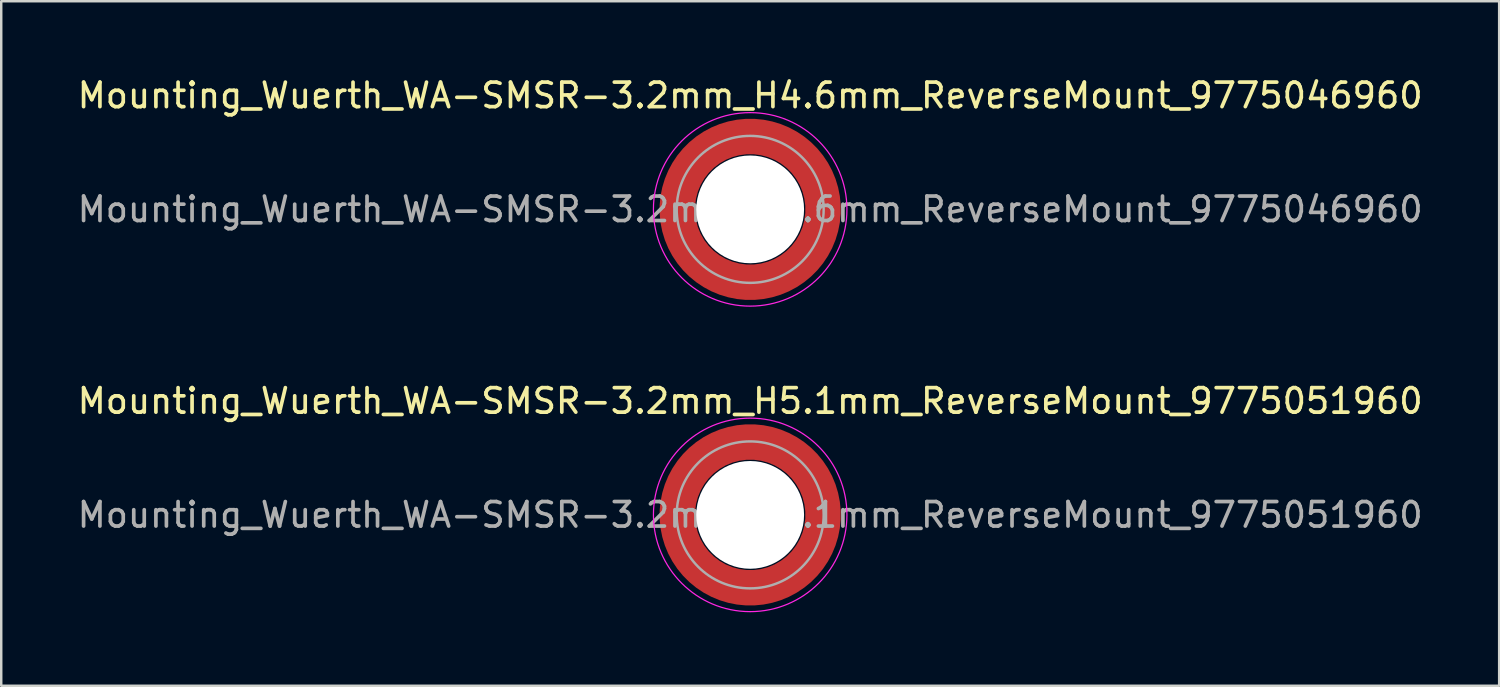
<source format=kicad_pcb>
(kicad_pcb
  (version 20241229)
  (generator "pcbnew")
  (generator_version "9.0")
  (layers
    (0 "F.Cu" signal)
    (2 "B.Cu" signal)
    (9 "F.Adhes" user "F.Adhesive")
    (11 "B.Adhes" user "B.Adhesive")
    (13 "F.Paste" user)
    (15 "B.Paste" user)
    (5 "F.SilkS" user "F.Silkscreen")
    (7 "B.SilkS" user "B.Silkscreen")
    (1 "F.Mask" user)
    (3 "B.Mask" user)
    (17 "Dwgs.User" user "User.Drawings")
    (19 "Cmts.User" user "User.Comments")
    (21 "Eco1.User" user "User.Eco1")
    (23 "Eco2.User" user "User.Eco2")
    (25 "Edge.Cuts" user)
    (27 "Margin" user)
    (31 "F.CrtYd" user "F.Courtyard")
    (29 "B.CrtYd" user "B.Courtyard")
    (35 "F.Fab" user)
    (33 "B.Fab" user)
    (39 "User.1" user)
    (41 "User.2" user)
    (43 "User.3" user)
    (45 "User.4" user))
  (footprint "Mounting_Wuerth_WA-SMSR-3.2mm_H5.1mm_ReverseMount_9775051960"
    (layer "F.Cu")
    (at 27.577 17.971)
    (property "Reference" "Mounting_Wuerth_WA-SMSR-3.2mm_H5.1mm_ReverseMount_9775051960" (at 0 -4.65 0) (layer "F.SilkS") (effects (font (size 1 1) (thickness 0.15))))
    (attr smd)
    (fp_circle (center 0 0) (end 3.95 0) (stroke (width 0.05) (type solid)) (fill no) (layer "F.CrtYd"))
    (fp_circle (center 0 0) (end 3 0) (stroke (width 0.1) (type solid)) (fill no) (layer "F.Fab"))
    (fp_text user "${REFERENCE}" (at 0 0 0) (layer "F.Fab") (effects (font (size 1 1) (thickness 0.15))))
    (pad "" smd custom (at -2.095 -2.095) (size 0.945 0.945) (layers "F.Paste") (options (anchor circle)) (primitives (gr_arc (start -0.24231 1.594804) (mid 0.404104 0.405534) (end 1.592827 -0.241886) (width 0.2)) (gr_arc (start -0.3398 1.594804) (mid 0.335987 0.338711) (end 1.591031 -0.339022) (width 0.2)) (gr_arc (start -0.437132 1.594804) (mid 0.268952 0.270807) (end 1.592231 -0.436623) (width 0.2)) (gr_arc (start -0.534324 1.594804) (mid 0.201345 0.203474) (end 1.591846 -0.53376) (width 0.2)) (gr_arc (start -0.631391 1.594804) (mid 0.134696 0.135183) (end 1.594126 -0.631267) (width 0.2)) (gr_arc (start -0.728345 1.594804) (mid 0.067234 0.067705) (end 1.594149 -0.728229) (width 0.2)) (gr_arc (start -0.825197 1.594804) (mid -0.001218 0.001219) (end 1.591408 -0.824614) (width 0.2)) (gr_arc (start -0.921958 1.594804) (mid -0.068952 -0.065985) (end 1.590665 -0.921269) (width 0.2)) (gr_arc (start -1.018637 1.594804) (mid -0.135972 -0.133907) (end 1.59192 -1.018172) (width 0.2)) (gr_arc (start -1.115239 1.594804) (mid -0.20428 -0.200537) (end 1.589574 -1.11442) (width 0.2)) (gr_arc (start -1.211773 1.594804) (mid -0.26993 -0.269828) (end 1.594662 -1.211751) (width 0.2)) (gr_arc (start -1.308244 1.594804) (mid -0.33911 -0.335587) (end 1.589875 -1.307516) (width 0.2)) (gr_arc (start -1.404657 1.594804) (mid -0.405633 -0.404004) (end 1.592524 -1.404331) (width 0.2)) (gr_arc (start -1.404657 1.594804) (mid -0.405633 -0.404004) (end 1.592524 -1.404331) (width 0.2)) (gr_line (start 1.595 -0.242) (end 1.595 -1.405) (width 0.2)) (gr_line (start -0.242 1.595) (end -1.405 1.595) (width 0.2))))
    (pad "" smd custom (at -2.095 2.095) (size 0.945 0.945) (layers "F.Paste") (options (anchor circle)) (primitives (gr_arc (start 1.594804 0.24231) (mid 0.405534 -0.404104) (end -0.241886 -1.592827) (width 0.2)) (gr_arc (start 1.594804 0.3398) (mid 0.338711 -0.335987) (end -0.339022 -1.591031) (width 0.2)) (gr_arc (start 1.594804 0.437132) (mid 0.270807 -0.268952) (end -0.436623 -1.592231) (width 0.2)) (gr_arc (start 1.594804 0.534324) (mid 0.203474 -0.201345) (end -0.53376 -1.591846) (width 0.2)) (gr_arc (start 1.594804 0.631391) (mid 0.135183 -0.134696) (end -0.631267 -1.594126) (width 0.2)) (gr_arc (start 1.594804 0.728345) (mid 0.067705 -0.067234) (end -0.728229 -1.594149) (width 0.2)) (gr_arc (start 1.594804 0.825197) (mid 0.001219 0.001218) (end -0.824614 -1.591408) (width 0.2)) (gr_arc (start 1.594804 0.921958) (mid -0.065985 0.068952) (end -0.921269 -1.590665) (width 0.2)) (gr_arc (start 1.594804 1.018637) (mid -0.133907 0.135972) (end -1.018172 -1.59192) (width 0.2)) (gr_arc (start 1.594804 1.115239) (mid -0.200537 0.20428) (end -1.11442 -1.589574) (width 0.2)) (gr_arc (start 1.594804 1.211773) (mid -0.269828 0.26993) (end -1.211751 -1.594662) (width 0.2)) (gr_arc (start 1.594804 1.308244) (mid -0.335587 0.33911) (end -1.307516 -1.589875) (width 0.2)) (gr_arc (start 1.594804 1.404657) (mid -0.404004 0.405633) (end -1.404331 -1.592524) (width 0.2)) (gr_arc (start 1.594804 1.404657) (mid -0.404004 0.405633) (end -1.404331 -1.592524) (width 0.2)) (gr_line (start -0.242 -1.595) (end -1.405 -1.595) (width 0.2)) (gr_line (start 1.595 0.242) (end 1.595 1.405) (width 0.2))))
    (pad "" np_thru_hole circle (at 0 0) (size 4.4 4.4) (drill 4.4) (layers "*.Cu" "*.Mask"))
    (pad "" smd custom (at 2.095 -2.095) (size 0.945 0.945) (layers "F.Paste") (options (anchor circle)) (primitives (gr_arc (start -1.594804 -0.24231) (mid -0.405534 0.404104) (end 0.241886 1.592827) (width 0.2)) (gr_arc (start -1.594804 -0.3398) (mid -0.338711 0.335987) (end 0.339022 1.591031) (width 0.2)) (gr_arc (start -1.594804 -0.437132) (mid -0.270807 0.268952) (end 0.436623 1.592231) (width 0.2)) (gr_arc (start -1.594804 -0.534324) (mid -0.203474 0.201345) (end 0.53376 1.591846) (width 0.2)) (gr_arc (start -1.594804 -0.631391) (mid -0.135183 0.134696) (end 0.631267 1.594126) (width 0.2)) (gr_arc (start -1.594804 -0.728345) (mid -0.067705 0.067234) (end 0.728229 1.594149) (width 0.2)) (gr_arc (start -1.594804 -0.825197) (mid -0.001219 -0.001218) (end 0.824614 1.591408) (width 0.2)) (gr_arc (start -1.594804 -0.921958) (mid 0.065985 -0.068952) (end 0.921269 1.590665) (width 0.2)) (gr_arc (start -1.594804 -1.018637) (mid 0.133907 -0.135972) (end 1.018172 1.59192) (width 0.2)) (gr_arc (start -1.594804 -1.115239) (mid 0.200537 -0.20428) (end 1.11442 1.589574) (width 0.2)) (gr_arc (start -1.594804 -1.211773) (mid 0.269828 -0.26993) (end 1.211751 1.594662) (width 0.2)) (gr_arc (start -1.594804 -1.308244) (mid 0.335587 -0.33911) (end 1.307516 1.589875) (width 0.2)) (gr_arc (start -1.594804 -1.404657) (mid 0.404004 -0.405633) (end 1.404331 1.592524) (width 0.2)) (gr_arc (start -1.594804 -1.404657) (mid 0.404004 -0.405633) (end 1.404331 1.592524) (width 0.2)) (gr_line (start 0.242 1.595) (end 1.405 1.595) (width 0.2)) (gr_line (start -1.595 -0.242) (end -1.595 -1.405) (width 0.2))))
    (pad "" smd custom (at 2.095 2.095) (size 0.945 0.945) (layers "F.Paste") (options (anchor circle)) (primitives (gr_arc (start 0.24231 -1.594804) (mid -0.404104 -0.405534) (end -1.592827 0.241886) (width 0.2)) (gr_arc (start 0.3398 -1.594804) (mid -0.335987 -0.338711) (end -1.591031 0.339022) (width 0.2)) (gr_arc (start 0.437132 -1.594804) (mid -0.268952 -0.270807) (end -1.592231 0.436623) (width 0.2)) (gr_arc (start 0.534324 -1.594804) (mid -0.201345 -0.203474) (end -1.591846 0.53376) (width 0.2)) (gr_arc (start 0.631391 -1.594804) (mid -0.134696 -0.135183) (end -1.594126 0.631267) (width 0.2)) (gr_arc (start 0.728345 -1.594804) (mid -0.067234 -0.067705) (end -1.594149 0.728229) (width 0.2)) (gr_arc (start 0.825197 -1.594804) (mid 0.001218 -0.001219) (end -1.591408 0.824614) (width 0.2)) (gr_arc (start 0.921958 -1.594804) (mid 0.068952 0.065985) (end -1.590665 0.921269) (width 0.2)) (gr_arc (start 1.018637 -1.594804) (mid 0.135972 0.133907) (end -1.59192 1.018172) (width 0.2)) (gr_arc (start 1.115239 -1.594804) (mid 0.20428 0.200537) (end -1.589574 1.11442) (width 0.2)) (gr_arc (start 1.211773 -1.594804) (mid 0.26993 0.269828) (end -1.594662 1.211751) (width 0.2)) (gr_arc (start 1.308244 -1.594804) (mid 0.33911 0.335587) (end -1.589875 1.307516) (width 0.2)) (gr_arc (start 1.404657 -1.594804) (mid 0.405633 0.404004) (end -1.592524 1.404331) (width 0.2)) (gr_arc (start 1.404657 -1.594804) (mid 0.405633 0.404004) (end -1.592524 1.404331) (width 0.2)) (gr_line (start -1.595 0.242) (end -1.595 1.405) (width 0.2)) (gr_line (start 0.242 -1.595) (end 1.405 -1.595) (width 0.2))))
    (pad "1" smd circle (at -2.975 0) (size 1.05 1.05) (layers "F.Cu"))
    (pad "1" smd circle (at 0 -2.975) (size 1.05 1.05) (layers "F.Cu"))
    (pad "1" smd circle (at 0 2.975) (size 1.05 1.05) (layers "F.Cu"))
    (pad "1" smd custom (at 2.975 0) (size 1.05 1.05) (layers "F.Cu" "F.Mask") (options (anchor circle)) (primitives (gr_circle (center -2.975 0) (end 0 0) (width 1.45) (fill no)))))
  (footprint "Mounting_Wuerth_WA-SMSR-3.2mm_H4.6mm_ReverseMount_9775046960"
    (layer "F.Cu")
    (at 27.577 5.498)
    (property "Reference" "Mounting_Wuerth_WA-SMSR-3.2mm_H4.6mm_ReverseMount_9775046960" (at 0 -4.65 0) (layer "F.SilkS") (effects (font (size 1 1) (thickness 0.15))))
    (attr smd)
    (fp_circle (center 0 0) (end 3.95 0) (stroke (width 0.05) (type solid)) (fill no) (layer "F.CrtYd"))
    (fp_circle (center 0 0) (end 3 0) (stroke (width 0.1) (type solid)) (fill no) (layer "F.Fab"))
    (fp_text user "${REFERENCE}" (at 0 0 0) (layer "F.Fab") (effects (font (size 1 1) (thickness 0.15))))
    (pad "" smd custom (at -2.095 -2.095) (size 0.945 0.945) (layers "F.Paste") (options (anchor circle)) (primitives (gr_arc (start -0.24231 1.594804) (mid 0.404104 0.405534) (end 1.592827 -0.241886) (width 0.2)) (gr_arc (start -0.3398 1.594804) (mid 0.335987 0.338711) (end 1.591031 -0.339022) (width 0.2)) (gr_arc (start -0.437132 1.594804) (mid 0.268952 0.270807) (end 1.592231 -0.436623) (width 0.2)) (gr_arc (start -0.534324 1.594804) (mid 0.201345 0.203474) (end 1.591846 -0.53376) (width 0.2)) (gr_arc (start -0.631391 1.594804) (mid 0.134696 0.135183) (end 1.594126 -0.631267) (width 0.2)) (gr_arc (start -0.728345 1.594804) (mid 0.067234 0.067705) (end 1.594149 -0.728229) (width 0.2)) (gr_arc (start -0.825197 1.594804) (mid -0.001218 0.001219) (end 1.591408 -0.824614) (width 0.2)) (gr_arc (start -0.921958 1.594804) (mid -0.068952 -0.065985) (end 1.590665 -0.921269) (width 0.2)) (gr_arc (start -1.018637 1.594804) (mid -0.135972 -0.133907) (end 1.59192 -1.018172) (width 0.2)) (gr_arc (start -1.115239 1.594804) (mid -0.20428 -0.200537) (end 1.589574 -1.11442) (width 0.2)) (gr_arc (start -1.211773 1.594804) (mid -0.26993 -0.269828) (end 1.594662 -1.211751) (width 0.2)) (gr_arc (start -1.308244 1.594804) (mid -0.33911 -0.335587) (end 1.589875 -1.307516) (width 0.2)) (gr_arc (start -1.404657 1.594804) (mid -0.405633 -0.404004) (end 1.592524 -1.404331) (width 0.2)) (gr_arc (start -1.404657 1.594804) (mid -0.405633 -0.404004) (end 1.592524 -1.404331) (width 0.2)) (gr_line (start 1.595 -0.242) (end 1.595 -1.405) (width 0.2)) (gr_line (start -0.242 1.595) (end -1.405 1.595) (width 0.2))))
    (pad "" smd custom (at -2.095 2.095) (size 0.945 0.945) (layers "F.Paste") (options (anchor circle)) (primitives (gr_arc (start 1.594804 0.24231) (mid 0.405534 -0.404104) (end -0.241886 -1.592827) (width 0.2)) (gr_arc (start 1.594804 0.3398) (mid 0.338711 -0.335987) (end -0.339022 -1.591031) (width 0.2)) (gr_arc (start 1.594804 0.437132) (mid 0.270807 -0.268952) (end -0.436623 -1.592231) (width 0.2)) (gr_arc (start 1.594804 0.534324) (mid 0.203474 -0.201345) (end -0.53376 -1.591846) (width 0.2)) (gr_arc (start 1.594804 0.631391) (mid 0.135183 -0.134696) (end -0.631267 -1.594126) (width 0.2)) (gr_arc (start 1.594804 0.728345) (mid 0.067705 -0.067234) (end -0.728229 -1.594149) (width 0.2)) (gr_arc (start 1.594804 0.825197) (mid 0.001219 0.001218) (end -0.824614 -1.591408) (width 0.2)) (gr_arc (start 1.594804 0.921958) (mid -0.065985 0.068952) (end -0.921269 -1.590665) (width 0.2)) (gr_arc (start 1.594804 1.018637) (mid -0.133907 0.135972) (end -1.018172 -1.59192) (width 0.2)) (gr_arc (start 1.594804 1.115239) (mid -0.200537 0.20428) (end -1.11442 -1.589574) (width 0.2)) (gr_arc (start 1.594804 1.211773) (mid -0.269828 0.26993) (end -1.211751 -1.594662) (width 0.2)) (gr_arc (start 1.594804 1.308244) (mid -0.335587 0.33911) (end -1.307516 -1.589875) (width 0.2)) (gr_arc (start 1.594804 1.404657) (mid -0.404004 0.405633) (end -1.404331 -1.592524) (width 0.2)) (gr_arc (start 1.594804 1.404657) (mid -0.404004 0.405633) (end -1.404331 -1.592524) (width 0.2)) (gr_line (start -0.242 -1.595) (end -1.405 -1.595) (width 0.2)) (gr_line (start 1.595 0.242) (end 1.595 1.405) (width 0.2))))
    (pad "" np_thru_hole circle (at 0 0) (size 4.4 4.4) (drill 4.4) (layers "*.Cu" "*.Mask"))
    (pad "" smd custom (at 2.095 -2.095) (size 0.945 0.945) (layers "F.Paste") (options (anchor circle)) (primitives (gr_arc (start -1.594804 -0.24231) (mid -0.405534 0.404104) (end 0.241886 1.592827) (width 0.2)) (gr_arc (start -1.594804 -0.3398) (mid -0.338711 0.335987) (end 0.339022 1.591031) (width 0.2)) (gr_arc (start -1.594804 -0.437132) (mid -0.270807 0.268952) (end 0.436623 1.592231) (width 0.2)) (gr_arc (start -1.594804 -0.534324) (mid -0.203474 0.201345) (end 0.53376 1.591846) (width 0.2)) (gr_arc (start -1.594804 -0.631391) (mid -0.135183 0.134696) (end 0.631267 1.594126) (width 0.2)) (gr_arc (start -1.594804 -0.728345) (mid -0.067705 0.067234) (end 0.728229 1.594149) (width 0.2)) (gr_arc (start -1.594804 -0.825197) (mid -0.001219 -0.001218) (end 0.824614 1.591408) (width 0.2)) (gr_arc (start -1.594804 -0.921958) (mid 0.065985 -0.068952) (end 0.921269 1.590665) (width 0.2)) (gr_arc (start -1.594804 -1.018637) (mid 0.133907 -0.135972) (end 1.018172 1.59192) (width 0.2)) (gr_arc (start -1.594804 -1.115239) (mid 0.200537 -0.20428) (end 1.11442 1.589574) (width 0.2)) (gr_arc (start -1.594804 -1.211773) (mid 0.269828 -0.26993) (end 1.211751 1.594662) (width 0.2)) (gr_arc (start -1.594804 -1.308244) (mid 0.335587 -0.33911) (end 1.307516 1.589875) (width 0.2)) (gr_arc (start -1.594804 -1.404657) (mid 0.404004 -0.405633) (end 1.404331 1.592524) (width 0.2)) (gr_arc (start -1.594804 -1.404657) (mid 0.404004 -0.405633) (end 1.404331 1.592524) (width 0.2)) (gr_line (start 0.242 1.595) (end 1.405 1.595) (width 0.2)) (gr_line (start -1.595 -0.242) (end -1.595 -1.405) (width 0.2))))
    (pad "" smd custom (at 2.095 2.095) (size 0.945 0.945) (layers "F.Paste") (options (anchor circle)) (primitives (gr_arc (start 0.24231 -1.594804) (mid -0.404104 -0.405534) (end -1.592827 0.241886) (width 0.2)) (gr_arc (start 0.3398 -1.594804) (mid -0.335987 -0.338711) (end -1.591031 0.339022) (width 0.2)) (gr_arc (start 0.437132 -1.594804) (mid -0.268952 -0.270807) (end -1.592231 0.436623) (width 0.2)) (gr_arc (start 0.534324 -1.594804) (mid -0.201345 -0.203474) (end -1.591846 0.53376) (width 0.2)) (gr_arc (start 0.631391 -1.594804) (mid -0.134696 -0.135183) (end -1.594126 0.631267) (width 0.2)) (gr_arc (start 0.728345 -1.594804) (mid -0.067234 -0.067705) (end -1.594149 0.728229) (width 0.2)) (gr_arc (start 0.825197 -1.594804) (mid 0.001218 -0.001219) (end -1.591408 0.824614) (width 0.2)) (gr_arc (start 0.921958 -1.594804) (mid 0.068952 0.065985) (end -1.590665 0.921269) (width 0.2)) (gr_arc (start 1.018637 -1.594804) (mid 0.135972 0.133907) (end -1.59192 1.018172) (width 0.2)) (gr_arc (start 1.115239 -1.594804) (mid 0.20428 0.200537) (end -1.589574 1.11442) (width 0.2)) (gr_arc (start 1.211773 -1.594804) (mid 0.26993 0.269828) (end -1.594662 1.211751) (width 0.2)) (gr_arc (start 1.308244 -1.594804) (mid 0.33911 0.335587) (end -1.589875 1.307516) (width 0.2)) (gr_arc (start 1.404657 -1.594804) (mid 0.405633 0.404004) (end -1.592524 1.404331) (width 0.2)) (gr_arc (start 1.404657 -1.594804) (mid 0.405633 0.404004) (end -1.592524 1.404331) (width 0.2)) (gr_line (start -1.595 0.242) (end -1.595 1.405) (width 0.2)) (gr_line (start 0.242 -1.595) (end 1.405 -1.595) (width 0.2))))
    (pad "1" smd circle (at -2.975 0) (size 1.05 1.05) (layers "F.Cu"))
    (pad "1" smd circle (at 0 -2.975) (size 1.05 1.05) (layers "F.Cu"))
    (pad "1" smd circle (at 0 2.975) (size 1.05 1.05) (layers "F.Cu"))
    (pad "1" smd custom (at 2.975 0) (size 1.05 1.05) (layers "F.Cu" "F.Mask") (options (anchor circle)) (primitives (gr_circle (center -2.975 0) (end 0 0) (width 1.45) (fill no)))))
  (gr_rect
    (start -3 -3)
    (end 58.155 24.947)
    (stroke (width 0.1) (type default))
    (fill no)
    (layer "Edge.Cuts")))
</source>
